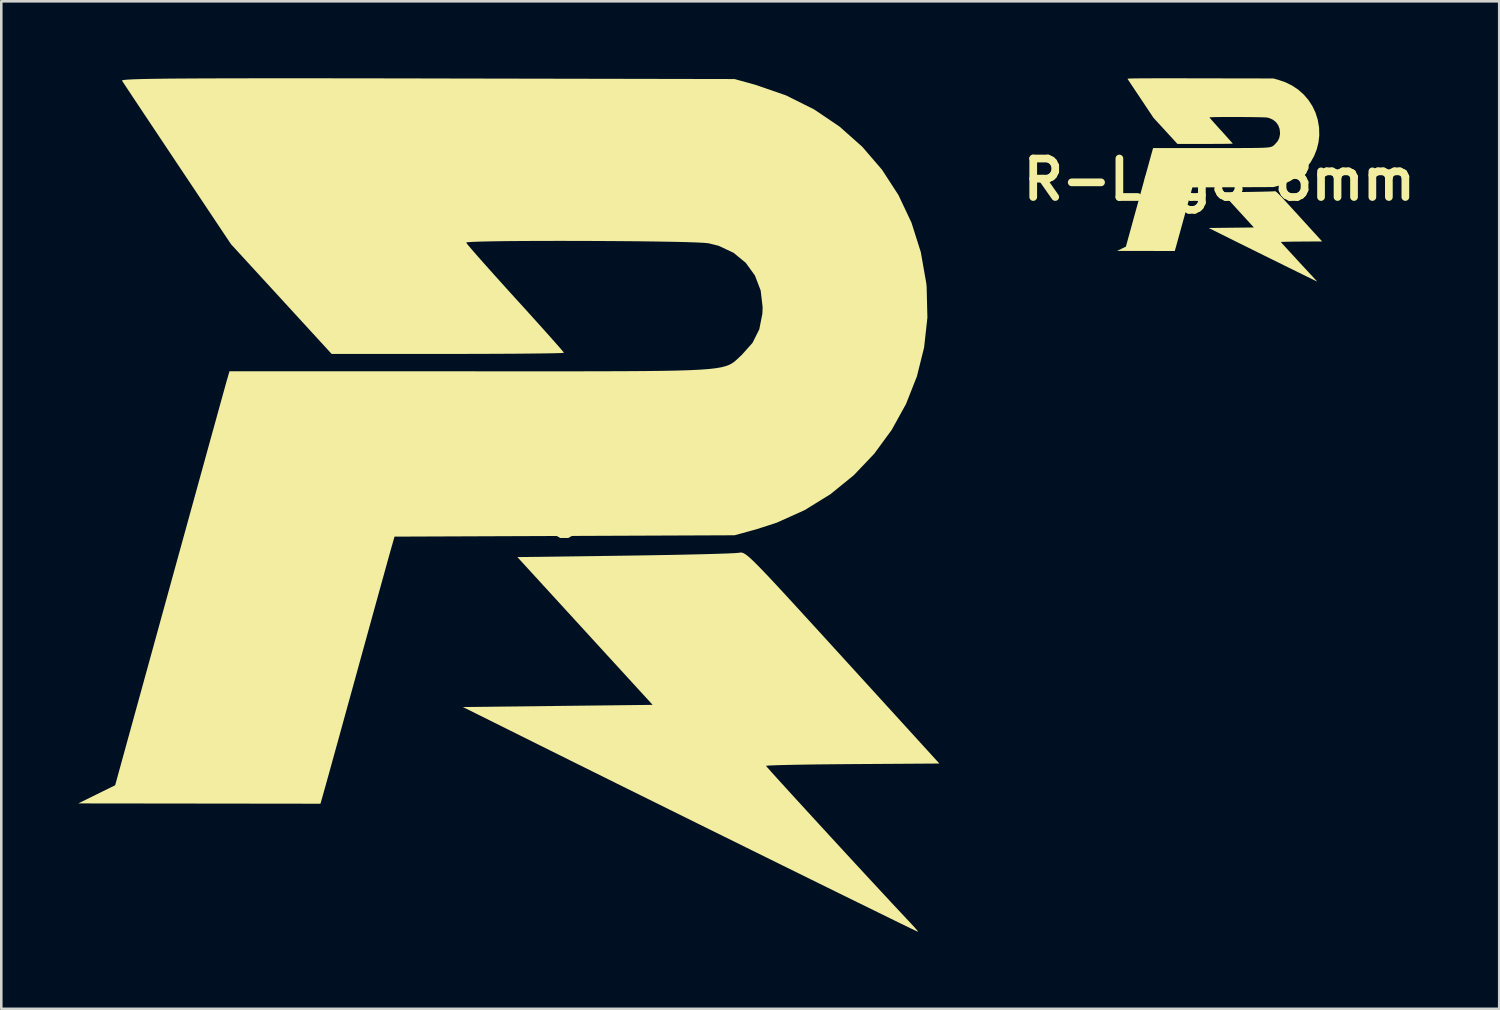
<source format=kicad_pcb>
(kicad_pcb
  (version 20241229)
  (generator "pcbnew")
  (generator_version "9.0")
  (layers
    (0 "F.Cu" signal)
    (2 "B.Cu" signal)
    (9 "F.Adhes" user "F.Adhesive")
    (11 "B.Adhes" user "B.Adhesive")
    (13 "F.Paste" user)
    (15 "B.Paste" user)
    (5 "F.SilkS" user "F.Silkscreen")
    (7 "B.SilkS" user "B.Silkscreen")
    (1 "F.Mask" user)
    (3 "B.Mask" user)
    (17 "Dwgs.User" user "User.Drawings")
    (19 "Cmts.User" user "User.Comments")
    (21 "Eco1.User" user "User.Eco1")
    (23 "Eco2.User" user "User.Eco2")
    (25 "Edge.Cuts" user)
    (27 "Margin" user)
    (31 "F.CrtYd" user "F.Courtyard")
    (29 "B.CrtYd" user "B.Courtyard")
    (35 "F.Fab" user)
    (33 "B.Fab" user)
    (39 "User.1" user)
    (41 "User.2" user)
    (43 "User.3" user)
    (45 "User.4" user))
  (footprint "R-Logo"
    (layer "F.Cu")
    (at 16.722 16.582)
    (property "Reference" "R-Logo" (at 0 0 0) (layer "F.SilkS") (effects (font (size 1.5 1.5) (thickness 0.3))))
    (attr board_only exclude_from_pos_files exclude_from_bom)
    (fp_poly (pts (xy 9.138 1.9) (xy 9.207 1.925) (xy 9.295 1.98) (xy 9.413 2.074) (xy 9.567 2.216) (xy 9.767 2.414) (xy 10.022 2.678) (xy 10.341 3.016) (xy 10.731 3.436) (xy 11.202 3.948) (xy 11.762 4.56) (xy 12.421 5.281) (xy 13.06 5.982) (xy 16.829 10.118) (xy 13.452 10.14) (xy 12.715 10.146) (xy 12.033 10.153) (xy 11.424 10.162) (xy 10.907 10.172) (xy 10.5 10.183) (xy 10.22 10.194) (xy 10.085 10.205) (xy 10.075 10.208) (xy 10.131 10.276) (xy 10.288 10.453) (xy 10.534 10.726) (xy 10.856 11.079) (xy 11.24 11.5) (xy 11.673 11.973) (xy 12.142 12.484) (xy 12.634 13.02) (xy 13.135 13.564) (xy 13.633 14.104) (xy 14.114 14.624) (xy 14.566 15.111) (xy 14.974 15.551) (xy 15.326 15.927) (xy 15.608 16.228) (xy 15.695 16.32) (xy 15.87 16.51) (xy 15.979 16.639) (xy 15.998 16.676) (xy 15.918 16.639) (xy 15.698 16.533) (xy 15.35 16.364) (xy 14.887 16.138) (xy 14.321 15.86) (xy 13.664 15.538) (xy 12.927 15.176) (xy 12.124 14.781) (xy 11.266 14.358) (xy 10.541 14.001) (xy 9.526 13.5) (xy 8.463 12.975) (xy 7.377 12.439) (xy 6.292 11.902) (xy 5.234 11.379) (xy 4.226 10.88) (xy 3.294 10.417) (xy 2.462 10.005) (xy 1.755 9.653) (xy 1.693 9.623) (xy -1.736 7.916) (xy 1.961 7.874) (xy 5.657 7.832) (xy 3.022 4.953) (xy 0.387 2.074) (xy 4.575 2.019) (xy 5.41 2.006) (xy 6.2 1.993) (xy 6.928 1.978) (xy 7.576 1.963) (xy 8.126 1.948) (xy 8.562 1.933) (xy 8.866 1.919) (xy 9.019 1.906) (xy 9.027 1.905) (xy 9.081 1.896)) (stroke (width 0) (type solid)) (fill yes) (layer "F.SilkS"))
    (fp_poly (pts (xy -7.961 -16.582) (xy -6.59 -16.581) (xy -5.065 -16.579) (xy -3.379 -16.576) (xy -3.118 -16.575) (xy 8.848 -16.552) (xy 9.669 -16.325) (xy 10.855 -15.915) (xy 11.949 -15.369) (xy 12.942 -14.698) (xy 13.826 -13.912) (xy 14.593 -13.021) (xy 15.234 -12.033) (xy 15.741 -10.96) (xy 16.105 -9.812) (xy 16.319 -8.597) (xy 16.333 -8.457) (xy 16.363 -7.26) (xy 16.234 -6.092) (xy 15.953 -4.965) (xy 15.53 -3.892) (xy 14.973 -2.884) (xy 14.292 -1.954) (xy 13.494 -1.115) (xy 12.588 -0.379) (xy 11.584 0.242) (xy 10.489 0.735) (xy 9.688 0.994) (xy 8.848 1.224) (xy 2.224 1.251) (xy -4.4 1.277) (xy -4.526 1.718) (xy -4.573 1.884) (xy -4.66 2.196) (xy -4.782 2.637) (xy -4.935 3.19) (xy -5.114 3.837) (xy -5.314 4.562) (xy -5.531 5.348) (xy -5.76 6.176) (xy -5.842 6.477) (xy -6.074 7.317) (xy -6.296 8.12) (xy -6.502 8.869) (xy -6.689 9.546) (xy -6.852 10.135) (xy -6.986 10.618) (xy -7.086 10.978) (xy -7.148 11.198) (xy -7.159 11.239) (xy -7.286 11.684) (xy -12.004 11.678) (xy -16.722 11.672) (xy -16.003 11.318) (xy -15.285 10.964) (xy -13.151 3.217) (xy -12.843 2.1) (xy -12.546 1.024) (xy -12.264 0.002) (xy -12 -0.955) (xy -11.757 -1.835) (xy -11.539 -2.626) (xy -11.348 -3.316) (xy -11.189 -3.893) (xy -11.063 -4.345) (xy -10.976 -4.661) (xy -10.929 -4.829) (xy -10.923 -4.847) (xy -10.831 -5.165) (xy -1.451 -5.165) (xy 0.049 -5.164) (xy 1.389 -5.164) (xy 2.58 -5.164) (xy 3.629 -5.166) (xy 4.548 -5.169) (xy 5.345 -5.174) (xy 6.031 -5.182) (xy 6.614 -5.193) (xy 7.105 -5.209) (xy 7.513 -5.229) (xy 7.847 -5.254) (xy 8.118 -5.285) (xy 8.334 -5.322) (xy 8.506 -5.367) (xy 8.643 -5.418) (xy 8.754 -5.478) (xy 8.849 -5.546) (xy 8.938 -5.624) (xy 9.031 -5.711) (xy 9.132 -5.805) (xy 9.549 -6.274) (xy 9.813 -6.802) (xy 9.933 -7.41) (xy 9.943 -7.662) (xy 9.866 -8.315) (xy 9.643 -8.897) (xy 9.286 -9.391) (xy 8.81 -9.782) (xy 8.228 -10.055) (xy 7.837 -10.153) (xy 7.664 -10.17) (xy 7.35 -10.186) (xy 6.916 -10.2) (xy 6.378 -10.212) (xy 5.756 -10.222) (xy 5.068 -10.231) (xy 4.333 -10.237) (xy 3.568 -10.242) (xy 2.793 -10.245) (xy 2.027 -10.246) (xy 1.286 -10.245) (xy 0.591 -10.242) (xy -0.041 -10.237) (xy -0.591 -10.229) (xy -1.041 -10.219) (xy -1.371 -10.207) (xy -1.565 -10.193) (xy -1.609 -10.181) (xy -1.554 -10.105) (xy -1.398 -9.92) (xy -1.154 -9.64) (xy -0.835 -9.28) (xy -0.455 -8.855) (xy -0.027 -8.38) (xy 0.296 -8.024) (xy 0.75 -7.525) (xy 1.165 -7.065) (xy 1.528 -6.661) (xy 1.826 -6.326) (xy 2.046 -6.076) (xy 2.173 -5.925) (xy 2.201 -5.887) (xy 2.119 -5.878) (xy 1.883 -5.87) (xy 1.509 -5.863) (xy 1.012 -5.857) (xy 0.408 -5.851) (xy -0.289 -5.847) (xy -1.061 -5.844) (xy -1.894 -5.842) (xy -2.325 -5.842) (xy -6.851 -5.842) (xy -8.811 -7.98) (xy -10.772 -10.118) (xy -12.863 -13.25) (xy -13.299 -13.904) (xy -13.707 -14.516) (xy -14.078 -15.072) (xy -14.401 -15.557) (xy -14.666 -15.956) (xy -14.864 -16.255) (xy -14.985 -16.438) (xy -15.019 -16.491) (xy -15 -16.506) (xy -14.92 -16.52) (xy -14.772 -16.532) (xy -14.548 -16.543) (xy -14.242 -16.552) (xy -13.846 -16.56) (xy -13.353 -16.567) (xy -12.756 -16.572) (xy -12.048 -16.576) (xy -11.222 -16.579) (xy -10.27 -16.581) (xy -9.185 -16.582)) (stroke (width 0) (type solid)) (fill yes) (layer "F.SilkS")))
  (footprint "R-Logo_8mm"
    (layer "F.Cu")
    (at 44.458 3.948)
    (property "Reference" "R-Logo_8mm" (at 0 0 0) (layer "F.SilkS") (effects (font (size 1.5 1.5) (thickness 0.3))))
    (attr board_only exclude_from_pos_files exclude_from_bom)
    (fp_poly (pts (xy 2.176 0.452) (xy 2.192 0.458) (xy 2.213 0.471) (xy 2.241 0.494) (xy 2.278 0.528) (xy 2.326 0.575) (xy 2.386 0.638) (xy 2.462 0.718) (xy 2.555 0.818) (xy 2.667 0.94) (xy 2.801 1.086) (xy 2.957 1.257) (xy 3.109 1.424) (xy 4.007 2.409) (xy 3.203 2.414) (xy 3.027 2.416) (xy 2.865 2.417) (xy 2.72 2.42) (xy 2.597 2.422) (xy 2.5 2.425) (xy 2.433 2.427) (xy 2.401 2.43) (xy 2.399 2.431) (xy 2.412 2.447) (xy 2.45 2.489) (xy 2.508 2.554) (xy 2.585 2.638) (xy 2.676 2.738) (xy 2.779 2.851) (xy 2.891 2.972) (xy 3.008 3.1) (xy 3.127 3.23) (xy 3.246 3.358) (xy 3.361 3.482) (xy 3.468 3.598) (xy 3.565 3.703) (xy 3.649 3.792) (xy 3.716 3.864) (xy 3.737 3.886) (xy 3.779 3.931) (xy 3.805 3.962) (xy 3.809 3.971) (xy 3.79 3.962) (xy 3.738 3.936) (xy 3.655 3.896) (xy 3.545 3.842) (xy 3.41 3.776) (xy 3.253 3.699) (xy 3.078 3.613) (xy 2.887 3.519) (xy 2.682 3.419) (xy 2.51 3.334) (xy 2.268 3.214) (xy 2.015 3.089) (xy 1.756 2.962) (xy 1.498 2.834) (xy 1.246 2.709) (xy 1.006 2.59) (xy 0.784 2.48) (xy 0.586 2.382) (xy 0.418 2.298) (xy 0.403 2.291) (xy -0.413 1.885) (xy 0.467 1.875) (xy 1.347 1.865) (xy 0.719 1.179) (xy 0.092 0.494) (xy 1.089 0.481) (xy 1.288 0.478) (xy 1.476 0.474) (xy 1.649 0.471) (xy 1.804 0.467) (xy 1.935 0.464) (xy 2.039 0.46) (xy 2.111 0.457) (xy 2.147 0.454) (xy 2.149 0.454) (xy 2.162 0.451)) (stroke (width 0) (type solid)) (fill yes) (layer "F.SilkS"))
    (fp_poly (pts (xy -1.896 -3.948) (xy -1.569 -3.948) (xy -1.206 -3.947) (xy -0.804 -3.947) (xy -0.742 -3.946) (xy 2.107 -3.941) (xy 2.302 -3.887) (xy 2.585 -3.789) (xy 2.845 -3.659) (xy 3.081 -3.5) (xy 3.292 -3.312) (xy 3.474 -3.1) (xy 3.627 -2.865) (xy 3.748 -2.61) (xy 3.835 -2.336) (xy 3.885 -2.047) (xy 3.889 -2.014) (xy 3.896 -1.729) (xy 3.865 -1.451) (xy 3.798 -1.182) (xy 3.698 -0.927) (xy 3.565 -0.687) (xy 3.403 -0.465) (xy 3.213 -0.265) (xy 2.997 -0.09) (xy 2.758 0.058) (xy 2.497 0.175) (xy 2.307 0.237) (xy 2.107 0.291) (xy 0.529 0.298) (xy -1.048 0.304) (xy -1.078 0.409) (xy -1.089 0.449) (xy -1.109 0.523) (xy -1.139 0.628) (xy -1.175 0.759) (xy -1.218 0.914) (xy -1.265 1.086) (xy -1.317 1.273) (xy -1.371 1.471) (xy -1.391 1.542) (xy -1.446 1.742) (xy -1.499 1.933) (xy -1.548 2.112) (xy -1.593 2.273) (xy -1.632 2.413) (xy -1.663 2.528) (xy -1.687 2.614) (xy -1.702 2.666) (xy -1.705 2.676) (xy -1.735 2.782) (xy -2.858 2.78) (xy -3.981 2.779) (xy -3.81 2.695) (xy -3.639 2.611) (xy -3.131 0.766) (xy -3.058 0.5) (xy -2.987 0.244) (xy -2.92 0.000374) (xy -2.857 -0.227) (xy -2.799 -0.437) (xy -2.747 -0.625) (xy -2.702 -0.789) (xy -2.664 -0.927) (xy -2.634 -1.035) (xy -2.613 -1.11) (xy -2.602 -1.15) (xy -2.601 -1.154) (xy -2.579 -1.23) (xy -0.345 -1.23) (xy 0.012 -1.23) (xy 0.331 -1.23) (xy 0.614 -1.23) (xy 0.864 -1.23) (xy 1.083 -1.231) (xy 1.273 -1.232) (xy 1.436 -1.234) (xy 1.575 -1.237) (xy 1.692 -1.24) (xy 1.789 -1.245) (xy 1.868 -1.251) (xy 1.933 -1.258) (xy 1.984 -1.267) (xy 2.025 -1.278) (xy 2.058 -1.29) (xy 2.084 -1.304) (xy 2.107 -1.321) (xy 2.128 -1.339) (xy 2.15 -1.36) (xy 2.174 -1.382) (xy 2.273 -1.494) (xy 2.336 -1.62) (xy 2.365 -1.764) (xy 2.367 -1.824) (xy 2.349 -1.98) (xy 2.296 -2.118) (xy 2.211 -2.236) (xy 2.098 -2.329) (xy 1.959 -2.394) (xy 1.866 -2.417) (xy 1.825 -2.422) (xy 1.75 -2.425) (xy 1.647 -2.428) (xy 1.519 -2.431) (xy 1.37 -2.434) (xy 1.207 -2.436) (xy 1.032 -2.437) (xy 0.85 -2.439) (xy 0.665 -2.439) (xy 0.483 -2.44) (xy 0.306 -2.439) (xy 0.141 -2.439) (xy -0.01 -2.437) (xy -0.141 -2.436) (xy -0.248 -2.433) (xy -0.327 -2.43) (xy -0.373 -2.427) (xy -0.383 -2.424) (xy -0.37 -2.406) (xy -0.333 -2.362) (xy -0.275 -2.295) (xy -0.199 -2.209) (xy -0.108 -2.108) (xy -0.006 -1.995) (xy 0.071 -1.911) (xy 0.179 -1.792) (xy 0.277 -1.682) (xy 0.364 -1.586) (xy 0.435 -1.506) (xy 0.487 -1.447) (xy 0.517 -1.411) (xy 0.524 -1.402) (xy 0.505 -1.4) (xy 0.448 -1.398) (xy 0.359 -1.396) (xy 0.241 -1.394) (xy 0.097 -1.393) (xy -0.069 -1.392) (xy -0.253 -1.391) (xy -0.451 -1.391) (xy -0.554 -1.391) (xy -1.631 -1.391) (xy -2.098 -1.9) (xy -2.565 -2.409) (xy -3.063 -3.155) (xy -3.166 -3.31) (xy -3.264 -3.456) (xy -3.352 -3.589) (xy -3.429 -3.704) (xy -3.492 -3.799) (xy -3.539 -3.87) (xy -3.568 -3.914) (xy -3.576 -3.926) (xy -3.571 -3.93) (xy -3.552 -3.933) (xy -3.517 -3.936) (xy -3.464 -3.939) (xy -3.391 -3.941) (xy -3.297 -3.943) (xy -3.179 -3.944) (xy -3.037 -3.946) (xy -2.869 -3.947) (xy -2.672 -3.947) (xy -2.445 -3.948) (xy -2.187 -3.948)) (stroke (width 0) (type solid)) (fill yes) (layer "F.SilkS")))
  (gr_rect
    (start -3 -3)
    (end 55.365 36.258)
    (stroke (width 0.1) (type default))
    (fill no)
    (layer "Edge.Cuts")))
</source>
